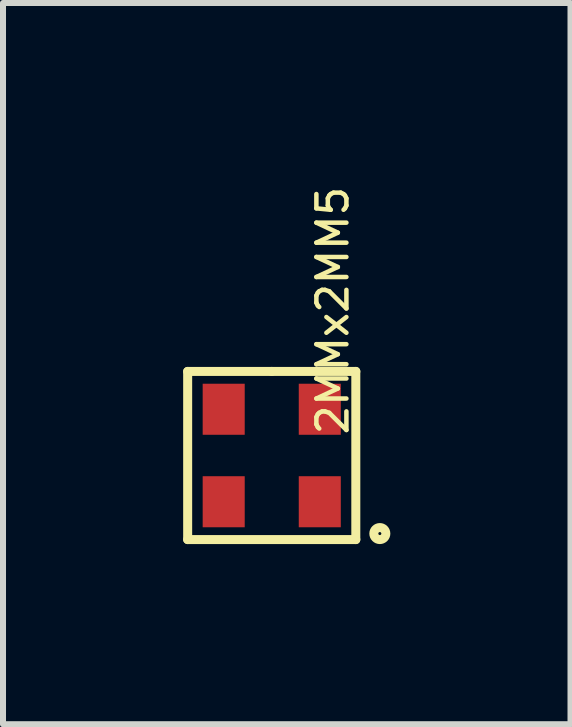
<source format=kicad_pcb>
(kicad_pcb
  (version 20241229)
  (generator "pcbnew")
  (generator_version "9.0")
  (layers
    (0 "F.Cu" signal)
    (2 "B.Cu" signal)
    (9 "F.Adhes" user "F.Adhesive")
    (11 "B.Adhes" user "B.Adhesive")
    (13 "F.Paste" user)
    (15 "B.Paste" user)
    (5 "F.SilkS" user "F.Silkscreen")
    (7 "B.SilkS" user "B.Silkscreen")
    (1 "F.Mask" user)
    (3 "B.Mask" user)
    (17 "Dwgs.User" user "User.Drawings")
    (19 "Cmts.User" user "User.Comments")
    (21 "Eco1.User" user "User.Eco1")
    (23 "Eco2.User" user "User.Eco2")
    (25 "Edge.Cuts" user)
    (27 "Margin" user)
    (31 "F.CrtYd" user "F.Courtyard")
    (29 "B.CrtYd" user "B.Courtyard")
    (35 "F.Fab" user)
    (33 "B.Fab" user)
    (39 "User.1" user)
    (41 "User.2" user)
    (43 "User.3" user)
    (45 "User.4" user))
  (footprint "2MMx2MM5"
    (layer "F.Cu")
    (at 1.475 4.535)
    (property "Reference" "2MMx2MM5" (at 1.016 -2.413 270) (layer "F.SilkS") (effects (font (size 0.5 0.5) (thickness 0.075))))
    (attr through_hole)
    (fp_line (start -1.4 -1.4) (end 0 -1.4) (stroke (width 0.15) (type solid)) (layer "F.SilkS"))
    (fp_line (start -1.4 1.4) (end -1.4 -1.4) (stroke (width 0.15) (type solid)) (layer "F.SilkS"))
    (fp_line (start 0 -1.4) (end 1.4 -1.4) (stroke (width 0.15) (type solid)) (layer "F.SilkS"))
    (fp_line (start 1.4 -1.4) (end 1.4 1.4) (stroke (width 0.15) (type solid)) (layer "F.SilkS"))
    (fp_line (start 1.4 1.4) (end -1.4 1.4) (stroke (width 0.15) (type solid)) (layer "F.SilkS"))
    (fp_circle (center 1.8 1.3) (end 1.9 1.3) (stroke (width 0.15) (type solid)) (fill no) (layer "F.SilkS"))
    (pad "1" smd rect (at 0.8 0.77) (size 0.7 0.85) (layers "F.Cu" "F.Mask" "F.Paste"))
    (pad "2" smd rect (at -0.8 0.77) (size 0.7 0.85) (layers "F.Cu" "F.Mask" "F.Paste"))
    (pad "3" smd rect (at -0.8 -0.77) (size 0.7 0.85) (layers "F.Cu" "F.Mask" "F.Paste"))
    (pad "4" smd rect (at 0.8 -0.77) (size 0.7 0.85) (layers "F.Cu" "F.Mask" "F.Paste")))
  (gr_rect
    (start -3 -3)
    (end 6.45 9.01)
    (stroke (width 0.1) (type default))
    (fill no)
    (layer "Edge.Cuts")))
</source>
